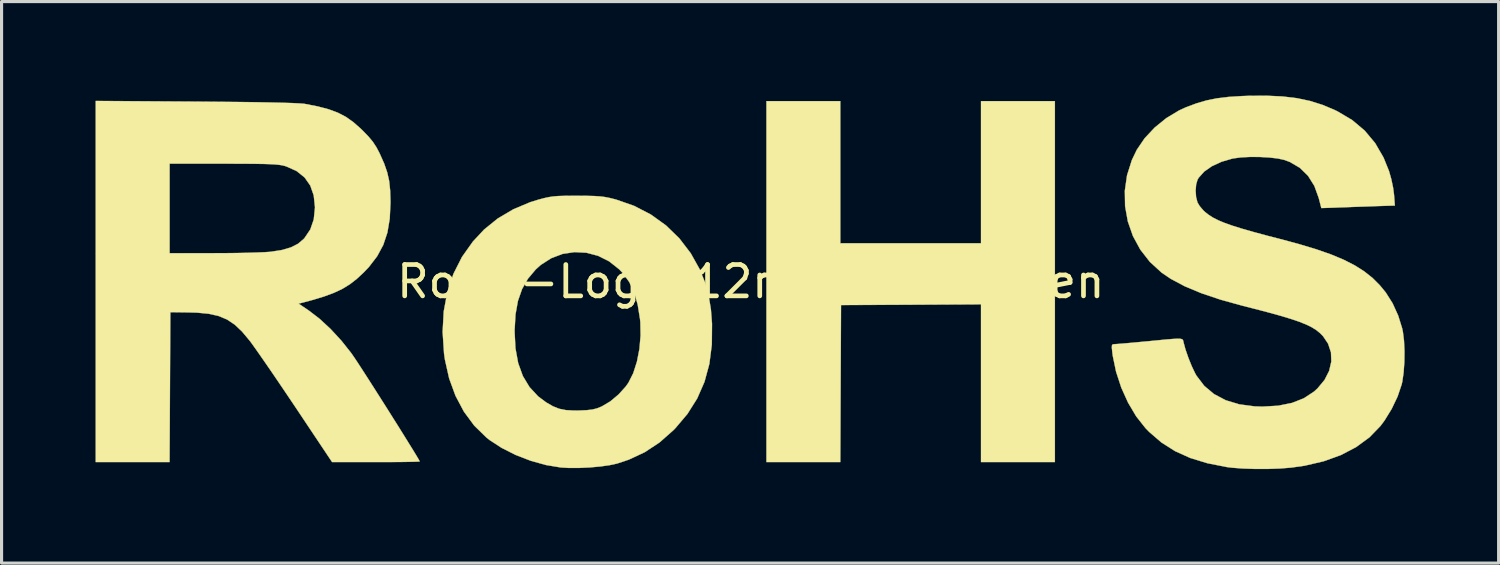
<source format=kicad_pcb>
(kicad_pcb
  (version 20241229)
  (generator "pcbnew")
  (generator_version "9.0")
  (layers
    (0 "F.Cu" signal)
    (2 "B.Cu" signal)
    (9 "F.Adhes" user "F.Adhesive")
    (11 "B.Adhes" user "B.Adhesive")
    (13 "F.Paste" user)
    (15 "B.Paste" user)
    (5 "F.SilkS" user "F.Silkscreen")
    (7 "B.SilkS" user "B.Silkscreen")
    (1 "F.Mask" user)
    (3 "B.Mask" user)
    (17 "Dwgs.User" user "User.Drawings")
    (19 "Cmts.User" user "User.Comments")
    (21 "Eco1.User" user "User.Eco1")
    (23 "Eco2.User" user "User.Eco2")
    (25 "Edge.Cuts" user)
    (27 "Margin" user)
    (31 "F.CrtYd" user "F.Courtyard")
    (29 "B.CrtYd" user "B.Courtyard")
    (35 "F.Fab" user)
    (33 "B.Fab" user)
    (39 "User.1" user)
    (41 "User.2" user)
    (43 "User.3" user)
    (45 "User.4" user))
  (footprint "RoHS-Logo_12mm_SilkScreen"
    (layer "F.Cu")
    (at 20.915 5.939)
    (property "Reference" "RoHS-Logo_12mm_SilkScreen" (at 0 0 0) (layer "F.SilkS") (effects (font (size 1 1) (thickness 0.15))))
    (attr exclude_from_pos_files exclude_from_bom allow_missing_courtyard)
    (fp_poly (pts (xy 2.857 -1.225) (xy 7.348 -1.225) (xy 7.348 -5.76) (xy 9.706 -5.76) (xy 9.706 5.76) (xy 7.348 5.76) (xy 7.348 0.725) (xy 5.114 0.737) (xy 2.88 0.748) (xy 2.868 3.254) (xy 2.857 5.76) (xy 0.499 5.76) (xy 0.499 -5.76) (xy 2.857 -5.76) (xy 2.857 -1.225)) (stroke (width 0.01) (type solid)) (fill yes) (layer "F.SilkS"))
    (fp_poly (pts (xy -5.534 -2.74) (xy -5.231 -2.738) (xy -4.997 -2.732) (xy -4.812 -2.72) (xy -4.654 -2.7) (xy -4.502 -2.67) (xy -4.334 -2.628) (xy -4.306 -2.621) (xy -3.726 -2.419) (xy -3.191 -2.142) (xy -2.707 -1.794) (xy -2.28 -1.379) (xy -1.916 -0.903) (xy -1.63 -0.391) (xy -1.464 0.017) (xy -1.347 0.436) (xy -1.273 0.891) (xy -1.238 1.343) (xy -1.244 2.01) (xy -1.323 2.627) (xy -1.478 3.198) (xy -1.71 3.728) (xy -2.02 4.22) (xy -2.41 4.681) (xy -2.47 4.742) (xy -2.913 5.133) (xy -3.382 5.443) (xy -3.893 5.682) (xy -4.271 5.808) (xy -4.508 5.859) (xy -4.807 5.901) (xy -5.142 5.931) (xy -5.486 5.947) (xy -5.81 5.947) (xy -6.065 5.932) (xy -6.538 5.854) (xy -7.026 5.718) (xy -7.505 5.533) (xy -7.95 5.309) (xy -8.337 5.057) (xy -8.44 4.975) (xy -8.828 4.596) (xy -9.157 4.15) (xy -9.425 3.646) (xy -9.629 3.089) (xy -9.764 2.487) (xy -9.792 2.291) (xy -9.837 1.604) (xy -9.836 1.587) (xy -7.54 1.587) (xy -7.512 2.128) (xy -7.425 2.602) (xy -7.276 3.014) (xy -7.063 3.367) (xy -6.787 3.664) (xy -6.531 3.855) (xy -6.319 3.978) (xy -6.119 4.058) (xy -5.904 4.101) (xy -5.644 4.116) (xy -5.466 4.114) (xy -5.232 4.103) (xy -5.059 4.083) (xy -4.917 4.048) (xy -4.775 3.992) (xy -4.753 3.982) (xy -4.484 3.822) (xy -4.221 3.602) (xy -3.993 3.35) (xy -3.906 3.227) (xy -3.753 2.924) (xy -3.635 2.557) (xy -3.555 2.148) (xy -3.518 1.721) (xy -3.526 1.296) (xy -3.537 1.19) (xy -3.611 0.731) (xy -3.723 0.342) (xy -3.88 0.013) (xy -4.085 -0.271) (xy -4.198 -0.39) (xy -4.52 -0.646) (xy -4.873 -0.823) (xy -5.247 -0.922) (xy -5.628 -0.942) (xy -6.006 -0.885) (xy -6.368 -0.749) (xy -6.702 -0.535) (xy -6.865 -0.389) (xy -7.113 -0.094) (xy -7.301 0.238) (xy -7.433 0.616) (xy -7.511 1.051) (xy -7.539 1.554) (xy -7.54 1.587) (xy -9.836 1.587) (xy -9.801 0.949) (xy -9.686 0.33) (xy -9.491 -0.25) (xy -9.218 -0.789) (xy -8.868 -1.282) (xy -8.511 -1.664) (xy -8.077 -2.015) (xy -7.581 -2.308) (xy -7.037 -2.537) (xy -6.777 -2.617) (xy -6.604 -2.663) (xy -6.455 -2.696) (xy -6.308 -2.718) (xy -6.144 -2.732) (xy -5.94 -2.738) (xy -5.676 -2.74) (xy -5.534 -2.74)) (stroke (width 0.01) (type solid)) (fill yes) (layer "F.SilkS"))
    (fp_poly (pts (xy -17.723 -5.746) (xy -17.011 -5.74) (xy -16.374 -5.734) (xy -15.816 -5.727) (xy -15.337 -5.718) (xy -14.941 -5.709) (xy -14.628 -5.699) (xy -14.402 -5.688) (xy -14.264 -5.677) (xy -14.242 -5.674) (xy -13.821 -5.592) (xy -13.473 -5.5) (xy -13.179 -5.391) (xy -12.922 -5.257) (xy -12.684 -5.088) (xy -12.446 -4.878) (xy -12.395 -4.828) (xy -12.204 -4.631) (xy -12.063 -4.461) (xy -11.951 -4.29) (xy -11.846 -4.09) (xy -11.841 -4.078) (xy -11.702 -3.767) (xy -11.606 -3.489) (xy -11.544 -3.215) (xy -11.512 -2.914) (xy -11.501 -2.557) (xy -11.501 -2.517) (xy -11.525 -2.009) (xy -11.6 -1.565) (xy -11.732 -1.17) (xy -11.927 -0.809) (xy -12.19 -0.467) (xy -12.356 -0.293) (xy -12.577 -0.087) (xy -12.799 0.085) (xy -13.037 0.231) (xy -13.308 0.358) (xy -13.626 0.476) (xy -14.009 0.591) (xy -14.281 0.664) (xy -14.434 0.703) (xy -14.1 0.929) (xy -13.76 1.19) (xy -13.41 1.515) (xy -13.07 1.883) (xy -12.761 2.272) (xy -12.716 2.336) (xy -12.638 2.45) (xy -12.524 2.622) (xy -12.382 2.841) (xy -12.216 3.099) (xy -12.033 3.385) (xy -11.839 3.69) (xy -11.639 4.005) (xy -11.44 4.321) (xy -11.247 4.627) (xy -11.068 4.914) (xy -10.907 5.174) (xy -10.77 5.395) (xy -10.664 5.569) (xy -10.595 5.687) (xy -10.568 5.738) (xy -10.568 5.739) (xy -10.612 5.744) (xy -10.735 5.749) (xy -10.927 5.753) (xy -11.177 5.757) (xy -11.474 5.759) (xy -11.807 5.76) (xy -11.966 5.76) (xy -13.365 5.76) (xy -14.523 4.025) (xy -14.773 3.653) (xy -15.019 3.289) (xy -15.253 2.944) (xy -15.47 2.629) (xy -15.662 2.352) (xy -15.822 2.124) (xy -15.943 1.955) (xy -15.999 1.881) (xy -16.239 1.594) (xy -16.473 1.373) (xy -16.717 1.21) (xy -16.988 1.097) (xy -17.303 1.026) (xy -17.677 0.99) (xy -17.959 0.982) (xy -18.528 0.975) (xy -18.54 3.368) (xy -18.552 5.76) (xy -20.91 5.76) (xy -20.91 -3.765) (xy -18.551 -3.765) (xy -18.551 -0.907) (xy -17.134 -0.908) (xy -16.762 -0.909) (xy -16.399 -0.913) (xy -16.062 -0.92) (xy -15.765 -0.929) (xy -15.524 -0.939) (xy -15.354 -0.95) (xy -15.32 -0.953) (xy -14.963 -1.01) (xy -14.679 -1.093) (xy -14.454 -1.207) (xy -14.273 -1.36) (xy -14.246 -1.39) (xy -14.06 -1.665) (xy -13.95 -1.985) (xy -13.912 -2.355) (xy -13.912 -2.381) (xy -13.951 -2.752) (xy -14.061 -3.066) (xy -14.242 -3.324) (xy -14.494 -3.527) (xy -14.819 -3.674) (xy -14.878 -3.693) (xy -14.956 -3.712) (xy -15.052 -3.727) (xy -15.177 -3.74) (xy -15.34 -3.749) (xy -15.551 -3.756) (xy -15.819 -3.76) (xy -16.153 -3.763) (xy -16.563 -3.764) (xy -16.836 -3.765) (xy -18.551 -3.765) (xy -20.91 -3.765) (xy -20.91 -5.767) (xy -17.723 -5.746)) (stroke (width 0.01) (type solid)) (fill yes) (layer "F.SilkS"))
    (fp_poly (pts (xy 16.973 -5.91) (xy 17.432 -5.855) (xy 17.852 -5.766) (xy 18.25 -5.641) (xy 18.641 -5.476) (xy 18.727 -5.434) (xy 19.195 -5.157) (xy 19.595 -4.82) (xy 19.929 -4.421) (xy 20.197 -3.959) (xy 20.371 -3.529) (xy 20.444 -3.273) (xy 20.501 -3.003) (xy 20.531 -2.779) (xy 20.558 -2.427) (xy 20.428 -2.424) (xy 20.346 -2.422) (xy 20.188 -2.417) (xy 19.969 -2.41) (xy 19.704 -2.4) (xy 19.408 -2.39) (xy 19.254 -2.385) (xy 18.211 -2.348) (xy 18.128 -2.669) (xy 17.989 -3.054) (xy 17.787 -3.376) (xy 17.526 -3.632) (xy 17.206 -3.819) (xy 17.032 -3.884) (xy 16.822 -3.93) (xy 16.55 -3.962) (xy 16.244 -3.979) (xy 15.931 -3.98) (xy 15.64 -3.965) (xy 15.398 -3.932) (xy 15.38 -3.929) (xy 15.028 -3.827) (xy 14.721 -3.686) (xy 14.473 -3.514) (xy 14.297 -3.317) (xy 14.261 -3.257) (xy 14.215 -3.104) (xy 14.199 -2.905) (xy 14.213 -2.699) (xy 14.258 -2.527) (xy 14.258 -2.526) (xy 14.33 -2.408) (xy 14.441 -2.277) (xy 14.495 -2.226) (xy 14.614 -2.132) (xy 14.752 -2.043) (xy 14.92 -1.958) (xy 15.125 -1.873) (xy 15.376 -1.784) (xy 15.683 -1.688) (xy 16.055 -1.582) (xy 16.499 -1.462) (xy 16.873 -1.366) (xy 17.501 -1.197) (xy 18.046 -1.033) (xy 18.519 -0.868) (xy 18.926 -0.698) (xy 19.277 -0.519) (xy 19.58 -0.327) (xy 19.844 -0.118) (xy 20.076 0.114) (xy 20.267 0.346) (xy 20.485 0.691) (xy 20.665 1.086) (xy 20.791 1.492) (xy 20.815 1.607) (xy 20.85 1.89) (xy 20.865 2.221) (xy 20.861 2.569) (xy 20.837 2.903) (xy 20.796 3.191) (xy 20.775 3.283) (xy 20.646 3.665) (xy 20.458 4.06) (xy 20.229 4.432) (xy 20.097 4.609) (xy 19.746 4.971) (xy 19.324 5.28) (xy 18.835 5.536) (xy 18.283 5.735) (xy 17.672 5.877) (xy 17.245 5.937) (xy 16.893 5.965) (xy 16.5 5.979) (xy 16.095 5.979) (xy 15.707 5.966) (xy 15.363 5.94) (xy 15.195 5.919) (xy 14.575 5.797) (xy 14.026 5.629) (xy 13.539 5.409) (xy 13.105 5.133) (xy 12.716 4.798) (xy 12.596 4.674) (xy 12.303 4.303) (xy 12.043 3.865) (xy 11.825 3.383) (xy 11.659 2.875) (xy 11.553 2.365) (xy 11.539 2.257) (xy 11.524 2.11) (xy 11.528 2.032) (xy 11.555 2.001) (xy 11.614 1.996) (xy 11.617 1.996) (xy 11.694 1.991) (xy 11.845 1.979) (xy 12.056 1.961) (xy 12.311 1.938) (xy 12.594 1.911) (xy 12.655 1.906) (xy 13.003 1.872) (xy 13.271 1.846) (xy 13.47 1.83) (xy 13.611 1.822) (xy 13.704 1.824) (xy 13.76 1.836) (xy 13.79 1.857) (xy 13.803 1.889) (xy 13.812 1.932) (xy 13.813 1.939) (xy 13.876 2.17) (xy 13.968 2.435) (xy 14.075 2.7) (xy 14.184 2.928) (xy 14.226 3.003) (xy 14.474 3.328) (xy 14.785 3.589) (xy 15.158 3.786) (xy 15.59 3.917) (xy 16.08 3.982) (xy 16.329 3.99) (xy 16.834 3.961) (xy 17.275 3.872) (xy 17.654 3.723) (xy 17.976 3.511) (xy 18.089 3.409) (xy 18.314 3.138) (xy 18.461 2.849) (xy 18.53 2.552) (xy 18.519 2.259) (xy 18.426 1.98) (xy 18.266 1.742) (xy 18.164 1.639) (xy 18.046 1.544) (xy 17.903 1.455) (xy 17.727 1.369) (xy 17.508 1.281) (xy 17.239 1.19) (xy 16.912 1.091) (xy 16.518 0.982) (xy 16.049 0.86) (xy 15.707 0.773) (xy 15.003 0.579) (xy 14.384 0.371) (xy 13.852 0.149) (xy 13.408 -0.087) (xy 13.116 -0.284) (xy 12.739 -0.629) (xy 12.432 -1.023) (xy 12.196 -1.458) (xy 12.034 -1.923) (xy 11.947 -2.408) (xy 11.939 -2.903) (xy 12.01 -3.397) (xy 12.164 -3.881) (xy 12.32 -4.206) (xy 12.57 -4.574) (xy 12.891 -4.917) (xy 13.265 -5.22) (xy 13.674 -5.466) (xy 13.889 -5.564) (xy 14.223 -5.689) (xy 14.544 -5.783) (xy 14.876 -5.85) (xy 15.241 -5.895) (xy 15.664 -5.922) (xy 15.876 -5.93) (xy 16.46 -5.934) (xy 16.973 -5.91)) (stroke (width 0.01) (type solid)) (fill yes) (layer "F.SilkS")))
  (gr_rect
    (start -3 -3)
    (end 44.785 14.923)
    (stroke (width 0.1) (type default))
    (fill no)
    (layer "Edge.Cuts")))
</source>
